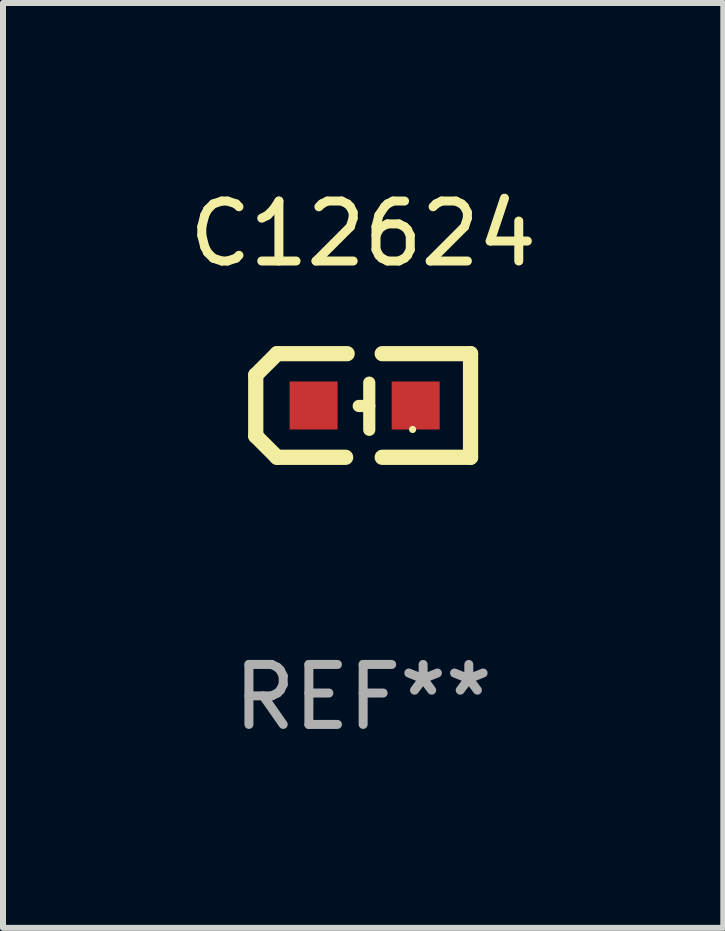
<source format=kicad_pcb>
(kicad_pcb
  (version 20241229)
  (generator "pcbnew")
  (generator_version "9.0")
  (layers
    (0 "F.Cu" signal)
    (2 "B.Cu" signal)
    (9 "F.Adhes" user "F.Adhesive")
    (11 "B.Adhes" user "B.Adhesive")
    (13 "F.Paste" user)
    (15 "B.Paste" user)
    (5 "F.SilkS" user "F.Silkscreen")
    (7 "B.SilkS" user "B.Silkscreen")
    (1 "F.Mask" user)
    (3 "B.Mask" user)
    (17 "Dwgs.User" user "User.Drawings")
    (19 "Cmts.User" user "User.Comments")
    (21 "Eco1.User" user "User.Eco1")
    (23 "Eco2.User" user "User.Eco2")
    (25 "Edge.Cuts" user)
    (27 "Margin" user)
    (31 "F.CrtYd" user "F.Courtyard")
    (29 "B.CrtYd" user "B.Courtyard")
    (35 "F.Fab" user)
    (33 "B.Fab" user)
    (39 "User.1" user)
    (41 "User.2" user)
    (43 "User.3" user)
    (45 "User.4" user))
  (footprint "C12624"
    (layer "F.Cu")
    (at 3.006 3.712)
    (property "Reference" "C12624" (at 0 -2.864 0) (layer "F.SilkS") (effects (font (size 1 1) (thickness 0.15))))
    (attr through_hole)
    (fp_line (start -1.791 -0.508) (end -1.435 -0.864) (stroke (width 0.254) (type solid)) (layer "F.SilkS"))
    (fp_line (start -1.791 0.508) (end -1.791 -0.508) (stroke (width 0.254) (type solid)) (layer "F.SilkS"))
    (fp_line (start -1.435 0.864) (end -1.791 0.508) (stroke (width 0.254) (type solid)) (layer "F.SilkS"))
    (fp_line (start -0.292 0.864) (end -1.435 0.864) (stroke (width 0.254) (type solid)) (layer "F.SilkS"))
    (fp_line (start -0.267 -0.864) (end -1.435 -0.864) (stroke (width 0.254) (type solid)) (layer "F.SilkS"))
    (fp_line (start 0.102 0.008) (end -0.074 0.008) (stroke (width 0.203) (type solid)) (layer "F.SilkS"))
    (fp_line (start 0.102 0.406) (end 0.102 -0.381) (stroke (width 0.203) (type solid)) (layer "F.SilkS"))
    (fp_line (start 1.791 -0.864) (end 0.318 -0.864) (stroke (width 0.254) (type solid)) (layer "F.SilkS"))
    (fp_line (start 1.791 0.864) (end 0.318 0.864) (stroke (width 0.254) (type solid)) (layer "F.SilkS"))
    (fp_line (start 1.791 0.864) (end 1.791 -0.864) (stroke (width 0.254) (type solid)) (layer "F.SilkS"))
    (fp_circle (center 0.825 0.4) (end 0.855 0.4) (stroke (width 0.06) (type solid)) (fill no) (layer "F.SilkS"))
    (fp_text user "REF**" (at 0 4.864 0) (layer "F.Fab") (effects (font (size 1 1) (thickness 0.15))))
    (pad "1" smd rect (at 0.876 0 90) (size 0.8 0.8) (layers "F.Cu" "F.Mask" "F.Paste"))
    (pad "2" smd rect (at -0.826 0 90) (size 0.8 0.8) (layers "F.Cu" "F.Mask" "F.Paste")))
  (gr_rect
    (start -3 -3)
    (end 9.012 12.424)
    (stroke (width 0.1) (type default))
    (fill no)
    (layer "Edge.Cuts")))
</source>
